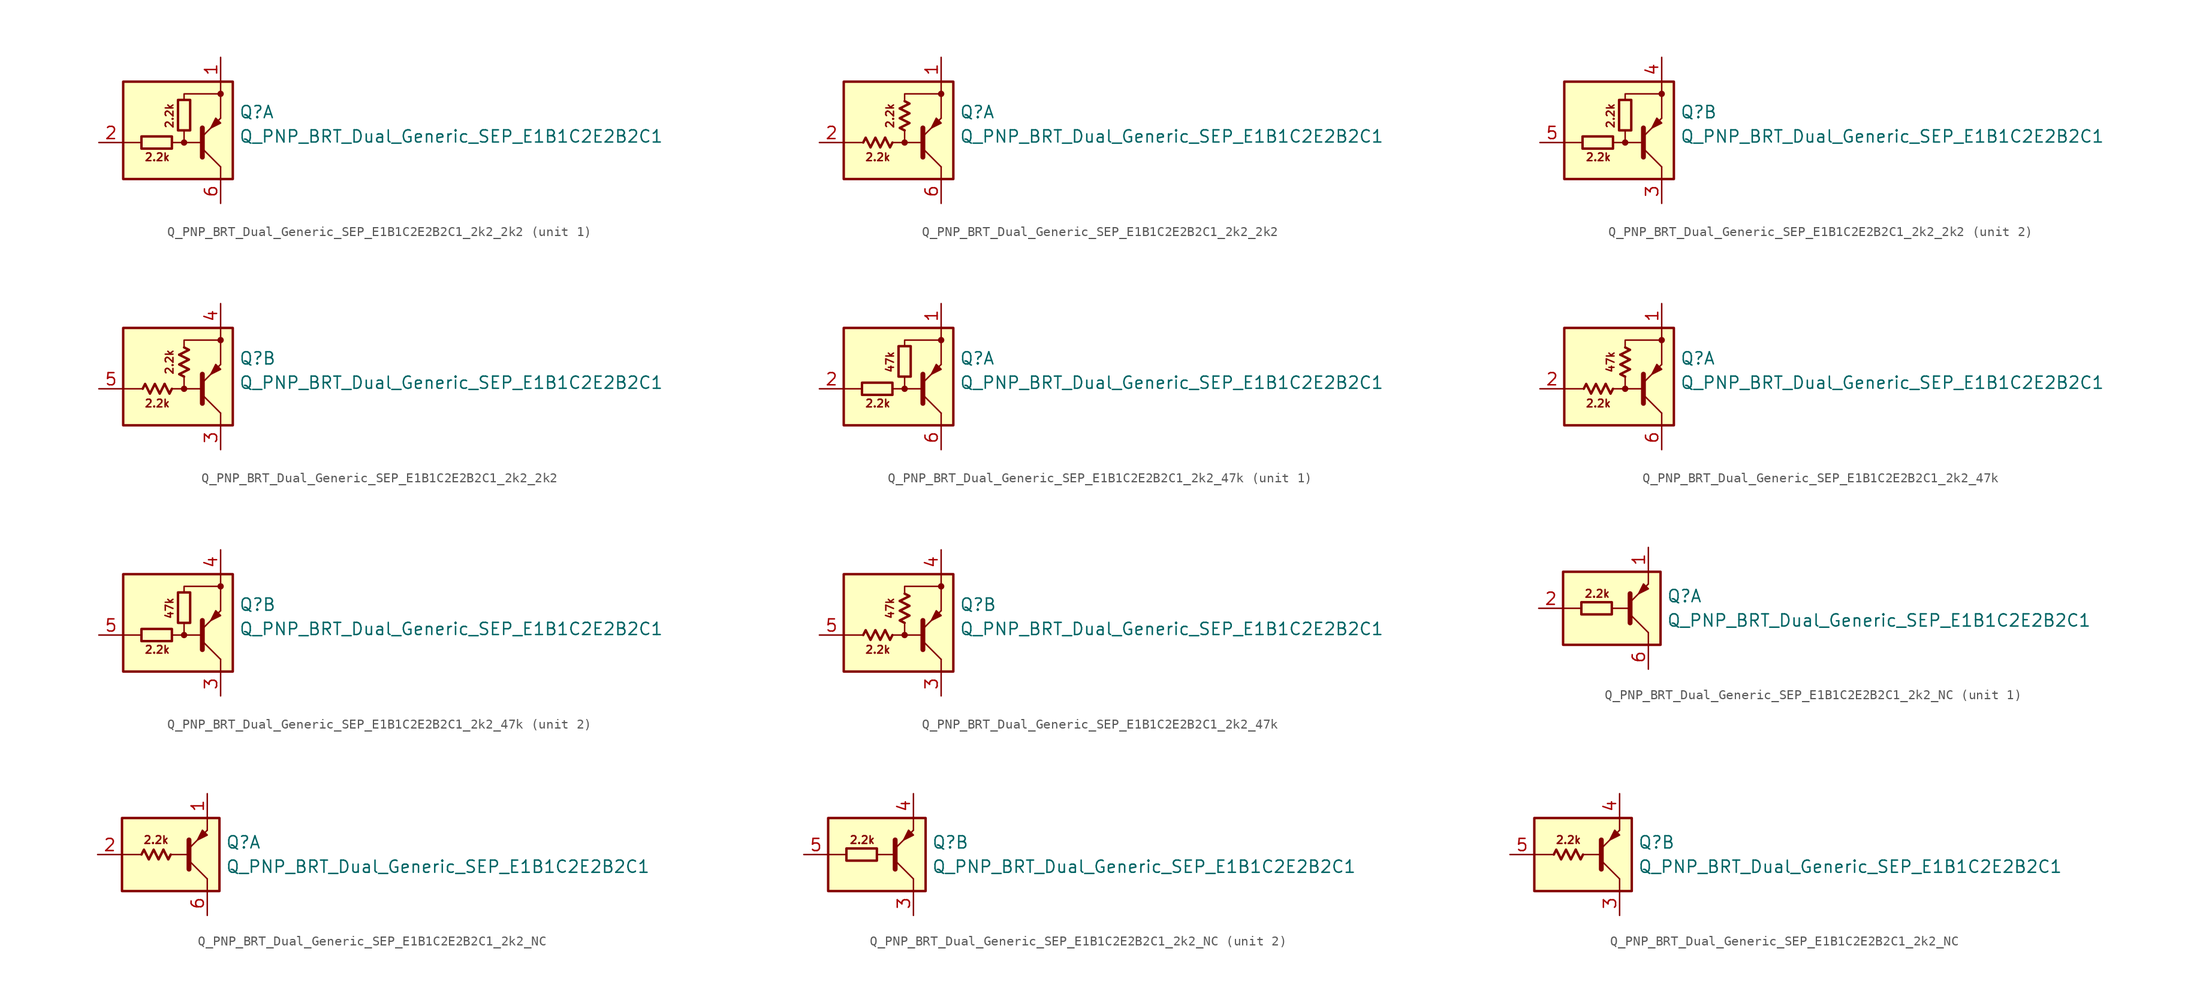
<source format=kicad_sym>
(kicad_symbol_lib
  (version 20220914)
  (generator kicad_symbol_editor)
  (symbol "Q_PNP_BRT_Dual_Generic_SEP_E1B1C2E2B2C1_2k2_2k2"
    (pin_names
      (offset 1.016) hide)
    (property "Reference" "Q"
      (at 5.715 1.905 0)
      (effects (font (size 1.27 1.27)) (justify left)))
    (property "Value" "Q_PNP_BRT_Dual_Generic_SEP_E1B1C2E2B2C1"
      (at 5.715 -0.635 0)
      (effects (font (size 1.27 1.27)) (justify left)))
    (property "ki_locked" ""
      (at 0 0 0)
      (effects (font (size 1.27 1.27))))
    (symbol "Q_PNP_BRT_Dual_Generic_SEP_E1B1C2E2B2C1_2k2_2k2_0_2"
      (polyline (pts (xy -2.032 -0.762) (xy -1.524 -1.778) (xy -1.27 -1.27)) (stroke (width 0.254) (type default)) (fill (type none)))
      (polyline (pts (xy -0.508 2.286) (xy 0.508 2.794) (xy 0 3.048)) (stroke (width 0.254) (type default)) (fill (type none)))
      (polyline (pts (xy -4.318 -1.27) (xy -4.064 -0.762) (xy -3.556 -1.778) (xy -3.048 -0.762) (xy -2.54 -1.778) (xy -2.032 -0.762)) (stroke (width 0.254) (type default)) (fill (type none)))
      (polyline (pts (xy 0 0) (xy -0.508 0.254) (xy 0.508 0.762) (xy -0.508 1.27) (xy 0.508 1.778) (xy -0.508 2.286)) (stroke (width 0.254) (type default)) (fill (type none))))
    (symbol "Q_PNP_BRT_Dual_Generic_SEP_E1B1C2E2B2C1_2k2_2k2_1_0"
      (rectangle (start -6.35 5.08) (end 5.08 -5.08) (stroke (width 0.254) (type default)) (fill (type background)))
      (circle (center 0 -1.27) (radius 0.254) (stroke (width 0) (type default)) (fill (type outline)))
      (polyline (pts (xy -4.445 -1.27) (xy -6.35 -1.27)) (stroke (width 0) (type default)) (fill (type none)))
      (polyline (pts (xy -0.254 -1.27) (xy 1.905 -1.27)) (stroke (width 0) (type default)) (fill (type none)))
      (polyline (pts (xy 1.905 -2.794) (xy 1.905 0.254)) (stroke (width 0.508) (type default)) (fill (type none)))
      (polyline (pts (xy 1.905 -1.905) (xy 3.81 -3.81)) (stroke (width 0) (type default)) (fill (type none)))
      (polyline (pts (xy 3.81 -3.81) (xy 3.81 -5.08)) (stroke (width 0) (type default)) (fill (type none)))
      (polyline (pts (xy 3.81 3.81) (xy 3.81 1.27)) (stroke (width 0) (type default)) (fill (type none)))
      (polyline (pts (xy 3.81 3.81) (xy 3.81 5.08)) (stroke (width 0) (type default)) (fill (type none)))
      (polyline (pts (xy -1.27 -1.27) (xy 0 -1.27) (xy 0 0)) (stroke (width 0) (type default)) (fill (type none)))
      (polyline (pts (xy 0 3.175) (xy 0 3.81) (xy 3.81 3.81)) (stroke (width 0) (type default)) (fill (type none)))
      (polyline (pts (xy 1.905 -0.635) (xy 3.81 1.27) (xy 3.81 1.27)) (stroke (width 0) (type default)) (fill (type none)))
      (polyline (pts (xy 3.81 0.762) (xy 3.302 1.27) (xy 2.794 0.254) (xy 3.81 0.762) (xy 3.81 0.762)) (stroke (width 0) (type default)) (fill (type outline)))
      (circle (center 3.81 3.81) (radius 0.254) (stroke (width 0) (type default)) (fill (type outline)))
      (text "2.2k" (at -2.794 -2.794 0) (effects (font (size 0.8 0.8))))
      (text "2.2k" (at -1.524 1.524 900) (effects (font (size 0.8 0.8)))))
    (symbol "Q_PNP_BRT_Dual_Generic_SEP_E1B1C2E2B2C1_2k2_2k2_1_1"
      (rectangle (start -1.27 -0.635) (end -4.445 -1.905) (stroke (width 0.254) (type default)) (fill (type none)))
      (rectangle (start 0.635 3.175) (end -0.635 0) (stroke (width 0.254) (type default)) (fill (type none)))
      (pin passive line (at 3.81 7.62 270) (length 2.54) (name "E1" (effects (font (size 1.27 1.27)))) (number "1" (effects (font (size 1.27 1.27)))))
      (pin input line (at -8.89 -1.27 0) (length 2.54) (name "B1" (effects (font (size 1.27 1.27)))) (number "2" (effects (font (size 1.27 1.27)))))
      (pin passive line (at 3.81 -7.62 90) (length 2.54) (name "C1" (effects (font (size 1.27 1.27)))) (number "6" (effects (font (size 1.27 1.27))))))
    (symbol "Q_PNP_BRT_Dual_Generic_SEP_E1B1C2E2B2C1_2k2_2k2_1_2"
      (pin passive line (at 3.81 7.62 270) (length 2.54) (name "E1" (effects (font (size 1.27 1.27)))) (number "1" (effects (font (size 1.27 1.27)))))
      (pin input line (at -8.89 -1.27 0) (length 2.54) (name "B1" (effects (font (size 1.27 1.27)))) (number "2" (effects (font (size 1.27 1.27)))))
      (pin passive line (at 3.81 -7.62 90) (length 2.54) (name "C1" (effects (font (size 1.27 1.27)))) (number "6" (effects (font (size 1.27 1.27))))))
    (symbol "Q_PNP_BRT_Dual_Generic_SEP_E1B1C2E2B2C1_2k2_2k2_2_0"
      (rectangle (start -6.35 5.08) (end 5.08 -5.08) (stroke (width 0.254) (type default)) (fill (type background)))
      (circle (center 0 -1.27) (radius 0.254) (stroke (width 0) (type default)) (fill (type outline)))
      (polyline (pts (xy -4.445 -1.27) (xy -6.35 -1.27)) (stroke (width 0) (type default)) (fill (type none)))
      (polyline (pts (xy -0.254 -1.27) (xy 1.905 -1.27)) (stroke (width 0) (type default)) (fill (type none)))
      (polyline (pts (xy 1.905 -2.794) (xy 1.905 0.254)) (stroke (width 0.508) (type default)) (fill (type none)))
      (polyline (pts (xy 1.905 -1.905) (xy 3.81 -3.81)) (stroke (width 0) (type default)) (fill (type none)))
      (polyline (pts (xy 3.81 -3.81) (xy 3.81 -5.08)) (stroke (width 0) (type default)) (fill (type none)))
      (polyline (pts (xy 3.81 3.81) (xy 3.81 1.27)) (stroke (width 0) (type default)) (fill (type none)))
      (polyline (pts (xy 3.81 3.81) (xy 3.81 5.08)) (stroke (width 0) (type default)) (fill (type none)))
      (polyline (pts (xy -1.27 -1.27) (xy 0 -1.27) (xy 0 0)) (stroke (width 0) (type default)) (fill (type none)))
      (polyline (pts (xy 0 3.175) (xy 0 3.81) (xy 3.81 3.81)) (stroke (width 0) (type default)) (fill (type none)))
      (polyline (pts (xy 1.905 -0.635) (xy 3.81 1.27) (xy 3.81 1.27)) (stroke (width 0) (type default)) (fill (type none)))
      (polyline (pts (xy 3.81 0.762) (xy 3.302 1.27) (xy 2.794 0.254) (xy 3.81 0.762) (xy 3.81 0.762)) (stroke (width 0) (type default)) (fill (type outline)))
      (circle (center 3.81 3.81) (radius 0.254) (stroke (width 0) (type default)) (fill (type outline)))
      (text "2.2k" (at -2.794 -2.794 0) (effects (font (size 0.8 0.8))))
      (text "2.2k" (at -1.524 1.524 900) (effects (font (size 0.8 0.8)))))
    (symbol "Q_PNP_BRT_Dual_Generic_SEP_E1B1C2E2B2C1_2k2_2k2_2_1"
      (rectangle (start -1.27 -0.635) (end -4.445 -1.905) (stroke (width 0.254) (type default)) (fill (type none)))
      (rectangle (start 0.635 3.175) (end -0.635 0) (stroke (width 0.254) (type default)) (fill (type none)))
      (pin passive line (at 3.81 -7.62 90) (length 2.54) (name "C2" (effects (font (size 1.27 1.27)))) (number "3" (effects (font (size 1.27 1.27)))))
      (pin passive line (at 3.81 7.62 270) (length 2.54) (name "E2" (effects (font (size 1.27 1.27)))) (number "4" (effects (font (size 1.27 1.27)))))
      (pin input line (at -8.89 -1.27 0) (length 2.54) (name "B2" (effects (font (size 1.27 1.27)))) (number "5" (effects (font (size 1.27 1.27))))))
    (symbol "Q_PNP_BRT_Dual_Generic_SEP_E1B1C2E2B2C1_2k2_2k2_2_2"
      (pin passive line (at 3.81 -7.62 90) (length 2.54) (name "C2" (effects (font (size 1.27 1.27)))) (number "3" (effects (font (size 1.27 1.27)))))
      (pin passive line (at 3.81 7.62 270) (length 2.54) (name "E2" (effects (font (size 1.27 1.27)))) (number "4" (effects (font (size 1.27 1.27)))))
      (pin input line (at -8.89 -1.27 0) (length 2.54) (name "B2" (effects (font (size 1.27 1.27)))) (number "5" (effects (font (size 1.27 1.27)))))))
  (symbol "Q_PNP_BRT_Dual_Generic_SEP_E1B1C2E2B2C1_2k2_47k"
    (pin_names
      (offset 1.016) hide)
    (property "Reference" "Q"
      (at 5.715 1.905 0)
      (effects (font (size 1.27 1.27)) (justify left)))
    (property "Value" "Q_PNP_BRT_Dual_Generic_SEP_E1B1C2E2B2C1"
      (at 5.715 -0.635 0)
      (effects (font (size 1.27 1.27)) (justify left)))
    (property "ki_locked" ""
      (at 0 0 0)
      (effects (font (size 1.27 1.27))))
    (symbol "Q_PNP_BRT_Dual_Generic_SEP_E1B1C2E2B2C1_2k2_47k_0_2"
      (polyline (pts (xy -2.032 -0.762) (xy -1.524 -1.778) (xy -1.27 -1.27)) (stroke (width 0.254) (type default)) (fill (type none)))
      (polyline (pts (xy -0.508 2.286) (xy 0.508 2.794) (xy 0 3.048)) (stroke (width 0.254) (type default)) (fill (type none)))
      (polyline (pts (xy -4.318 -1.27) (xy -4.064 -0.762) (xy -3.556 -1.778) (xy -3.048 -0.762) (xy -2.54 -1.778) (xy -2.032 -0.762)) (stroke (width 0.254) (type default)) (fill (type none)))
      (polyline (pts (xy 0 0) (xy -0.508 0.254) (xy 0.508 0.762) (xy -0.508 1.27) (xy 0.508 1.778) (xy -0.508 2.286)) (stroke (width 0.254) (type default)) (fill (type none))))
    (symbol "Q_PNP_BRT_Dual_Generic_SEP_E1B1C2E2B2C1_2k2_47k_1_0"
      (rectangle (start -6.35 5.08) (end 5.08 -5.08) (stroke (width 0.254) (type default)) (fill (type background)))
      (circle (center 0 -1.27) (radius 0.254) (stroke (width 0) (type default)) (fill (type outline)))
      (polyline (pts (xy -4.445 -1.27) (xy -6.35 -1.27)) (stroke (width 0) (type default)) (fill (type none)))
      (polyline (pts (xy -0.254 -1.27) (xy 1.905 -1.27)) (stroke (width 0) (type default)) (fill (type none)))
      (polyline (pts (xy 1.905 -2.794) (xy 1.905 0.254)) (stroke (width 0.508) (type default)) (fill (type none)))
      (polyline (pts (xy 1.905 -1.905) (xy 3.81 -3.81)) (stroke (width 0) (type default)) (fill (type none)))
      (polyline (pts (xy 3.81 -3.81) (xy 3.81 -5.08)) (stroke (width 0) (type default)) (fill (type none)))
      (polyline (pts (xy 3.81 3.81) (xy 3.81 1.27)) (stroke (width 0) (type default)) (fill (type none)))
      (polyline (pts (xy 3.81 3.81) (xy 3.81 5.08)) (stroke (width 0) (type default)) (fill (type none)))
      (polyline (pts (xy -1.27 -1.27) (xy 0 -1.27) (xy 0 0)) (stroke (width 0) (type default)) (fill (type none)))
      (polyline (pts (xy 0 3.175) (xy 0 3.81) (xy 3.81 3.81)) (stroke (width 0) (type default)) (fill (type none)))
      (polyline (pts (xy 1.905 -0.635) (xy 3.81 1.27) (xy 3.81 1.27)) (stroke (width 0) (type default)) (fill (type none)))
      (polyline (pts (xy 3.81 0.762) (xy 3.302 1.27) (xy 2.794 0.254) (xy 3.81 0.762) (xy 3.81 0.762)) (stroke (width 0) (type default)) (fill (type outline)))
      (circle (center 3.81 3.81) (radius 0.254) (stroke (width 0) (type default)) (fill (type outline)))
      (text "2.2k" (at -2.794 -2.794 0) (effects (font (size 0.8 0.8))))
      (text "47k" (at -1.524 1.524 900) (effects (font (size 0.8 0.8)))))
    (symbol "Q_PNP_BRT_Dual_Generic_SEP_E1B1C2E2B2C1_2k2_47k_1_1"
      (rectangle (start -1.27 -0.635) (end -4.445 -1.905) (stroke (width 0.254) (type default)) (fill (type none)))
      (rectangle (start 0.635 3.175) (end -0.635 0) (stroke (width 0.254) (type default)) (fill (type none)))
      (pin passive line (at 3.81 7.62 270) (length 2.54) (name "E1" (effects (font (size 1.27 1.27)))) (number "1" (effects (font (size 1.27 1.27)))))
      (pin input line (at -8.89 -1.27 0) (length 2.54) (name "B1" (effects (font (size 1.27 1.27)))) (number "2" (effects (font (size 1.27 1.27)))))
      (pin passive line (at 3.81 -7.62 90) (length 2.54) (name "C1" (effects (font (size 1.27 1.27)))) (number "6" (effects (font (size 1.27 1.27))))))
    (symbol "Q_PNP_BRT_Dual_Generic_SEP_E1B1C2E2B2C1_2k2_47k_1_2"
      (pin passive line (at 3.81 7.62 270) (length 2.54) (name "E1" (effects (font (size 1.27 1.27)))) (number "1" (effects (font (size 1.27 1.27)))))
      (pin input line (at -8.89 -1.27 0) (length 2.54) (name "B1" (effects (font (size 1.27 1.27)))) (number "2" (effects (font (size 1.27 1.27)))))
      (pin passive line (at 3.81 -7.62 90) (length 2.54) (name "C1" (effects (font (size 1.27 1.27)))) (number "6" (effects (font (size 1.27 1.27))))))
    (symbol "Q_PNP_BRT_Dual_Generic_SEP_E1B1C2E2B2C1_2k2_47k_2_0"
      (rectangle (start -6.35 5.08) (end 5.08 -5.08) (stroke (width 0.254) (type default)) (fill (type background)))
      (circle (center 0 -1.27) (radius 0.254) (stroke (width 0) (type default)) (fill (type outline)))
      (polyline (pts (xy -4.445 -1.27) (xy -6.35 -1.27)) (stroke (width 0) (type default)) (fill (type none)))
      (polyline (pts (xy -0.254 -1.27) (xy 1.905 -1.27)) (stroke (width 0) (type default)) (fill (type none)))
      (polyline (pts (xy 1.905 -2.794) (xy 1.905 0.254)) (stroke (width 0.508) (type default)) (fill (type none)))
      (polyline (pts (xy 1.905 -1.905) (xy 3.81 -3.81)) (stroke (width 0) (type default)) (fill (type none)))
      (polyline (pts (xy 3.81 -3.81) (xy 3.81 -5.08)) (stroke (width 0) (type default)) (fill (type none)))
      (polyline (pts (xy 3.81 3.81) (xy 3.81 1.27)) (stroke (width 0) (type default)) (fill (type none)))
      (polyline (pts (xy 3.81 3.81) (xy 3.81 5.08)) (stroke (width 0) (type default)) (fill (type none)))
      (polyline (pts (xy -1.27 -1.27) (xy 0 -1.27) (xy 0 0)) (stroke (width 0) (type default)) (fill (type none)))
      (polyline (pts (xy 0 3.175) (xy 0 3.81) (xy 3.81 3.81)) (stroke (width 0) (type default)) (fill (type none)))
      (polyline (pts (xy 1.905 -0.635) (xy 3.81 1.27) (xy 3.81 1.27)) (stroke (width 0) (type default)) (fill (type none)))
      (polyline (pts (xy 3.81 0.762) (xy 3.302 1.27) (xy 2.794 0.254) (xy 3.81 0.762) (xy 3.81 0.762)) (stroke (width 0) (type default)) (fill (type outline)))
      (circle (center 3.81 3.81) (radius 0.254) (stroke (width 0) (type default)) (fill (type outline)))
      (text "2.2k" (at -2.794 -2.794 0) (effects (font (size 0.8 0.8))))
      (text "47k" (at -1.524 1.524 900) (effects (font (size 0.8 0.8)))))
    (symbol "Q_PNP_BRT_Dual_Generic_SEP_E1B1C2E2B2C1_2k2_47k_2_1"
      (rectangle (start -4.445 -0.635) (end -1.27 -1.905) (stroke (width 0.254) (type default)) (fill (type none)))
      (rectangle (start 0.635 3.175) (end -0.635 0) (stroke (width 0.254) (type default)) (fill (type none)))
      (pin passive line (at 3.81 -7.62 90) (length 2.54) (name "C2" (effects (font (size 1.27 1.27)))) (number "3" (effects (font (size 1.27 1.27)))))
      (pin passive line (at 3.81 7.62 270) (length 2.54) (name "E2" (effects (font (size 1.27 1.27)))) (number "4" (effects (font (size 1.27 1.27)))))
      (pin input line (at -8.89 -1.27 0) (length 2.54) (name "B2" (effects (font (size 1.27 1.27)))) (number "5" (effects (font (size 1.27 1.27))))))
    (symbol "Q_PNP_BRT_Dual_Generic_SEP_E1B1C2E2B2C1_2k2_47k_2_2"
      (pin passive line (at 3.81 -7.62 90) (length 2.54) (name "C2" (effects (font (size 1.27 1.27)))) (number "3" (effects (font (size 1.27 1.27)))))
      (pin passive line (at 3.81 7.62 270) (length 2.54) (name "E2" (effects (font (size 1.27 1.27)))) (number "4" (effects (font (size 1.27 1.27)))))
      (pin input line (at -8.89 -1.27 0) (length 2.54) (name "B2" (effects (font (size 1.27 1.27)))) (number "5" (effects (font (size 1.27 1.27)))))))
  (symbol "Q_PNP_BRT_Dual_Generic_SEP_E1B1C2E2B2C1_2k2_NC"
    (pin_names
      (offset 1.016) hide)
    (property "Reference" "Q"
      (at 5.715 1.27 0)
      (effects (font (size 1.27 1.27)) (justify left)))
    (property "Value" "Q_PNP_BRT_Dual_Generic_SEP_E1B1C2E2B2C1"
      (at 5.715 -1.27 0)
      (effects (font (size 1.27 1.27)) (justify left)))
    (property "ki_locked" ""
      (at 0 0 0)
      (effects (font (size 1.27 1.27))))
    (symbol "Q_PNP_BRT_Dual_Generic_SEP_E1B1C2E2B2C1_2k2_NC_0_2"
      (polyline (pts (xy -0.762 0.508) (xy -0.254 -0.508) (xy 0 0)) (stroke (width 0.254) (type default)) (fill (type none)))
      (polyline (pts (xy -3.048 0) (xy -2.794 0.508) (xy -2.286 -0.508) (xy -1.778 0.508) (xy -1.27 -0.508) (xy -0.762 0.508)) (stroke (width 0.254) (type default)) (fill (type none))))
    (symbol "Q_PNP_BRT_Dual_Generic_SEP_E1B1C2E2B2C1_2k2_NC_1_0"
      (rectangle (start -5.08 3.81) (end 5.08 -3.81) (stroke (width 0.254) (type default)) (fill (type background)))
      (polyline (pts (xy -3.175 0) (xy -5.08 0)) (stroke (width 0) (type default)) (fill (type none)))
      (polyline (pts (xy 0 0) (xy 1.905 0)) (stroke (width 0) (type default)) (fill (type none)))
      (polyline (pts (xy 1.905 -1.524) (xy 1.905 1.524)) (stroke (width 0.508) (type default)) (fill (type none)))
      (polyline (pts (xy 1.905 -0.635) (xy 3.81 -2.54)) (stroke (width 0) (type default)) (fill (type none)))
      (polyline (pts (xy 3.81 -2.54) (xy 3.81 -3.81)) (stroke (width 0) (type default)) (fill (type none)))
      (polyline (pts (xy 3.81 2.54) (xy 3.81 3.81)) (stroke (width 0) (type default)) (fill (type none)))
      (polyline (pts (xy 1.905 0.635) (xy 3.81 2.54) (xy 3.81 2.54)) (stroke (width 0) (type default)) (fill (type none)))
      (polyline (pts (xy 3.81 2.032) (xy 3.302 2.54) (xy 2.794 1.524) (xy 3.81 2.032) (xy 3.81 2.032)) (stroke (width 0) (type default)) (fill (type outline)))
      (text "2.2k" (at -1.524 1.524 0) (effects (font (size 0.8 0.8)))))
    (symbol "Q_PNP_BRT_Dual_Generic_SEP_E1B1C2E2B2C1_2k2_NC_1_1"
      (rectangle (start 0 0.635) (end -3.175 -0.635) (stroke (width 0.254) (type default)) (fill (type none)))
      (pin passive line (at 3.81 6.35 270) (length 2.54) (name "E1" (effects (font (size 1.27 1.27)))) (number "1" (effects (font (size 1.27 1.27)))))
      (pin input line (at -7.62 0 0) (length 2.54) (name "B1" (effects (font (size 1.27 1.27)))) (number "2" (effects (font (size 1.27 1.27)))))
      (pin passive line (at 3.81 -6.35 90) (length 2.54) (name "C1" (effects (font (size 1.27 1.27)))) (number "6" (effects (font (size 1.27 1.27))))))
    (symbol "Q_PNP_BRT_Dual_Generic_SEP_E1B1C2E2B2C1_2k2_NC_1_2"
      (pin passive line (at 3.81 6.35 270) (length 2.54) (name "E1" (effects (font (size 1.27 1.27)))) (number "1" (effects (font (size 1.27 1.27)))))
      (pin input line (at -7.62 0 0) (length 2.54) (name "B1" (effects (font (size 1.27 1.27)))) (number "2" (effects (font (size 1.27 1.27)))))
      (pin passive line (at 3.81 -6.35 90) (length 2.54) (name "C1" (effects (font (size 1.27 1.27)))) (number "6" (effects (font (size 1.27 1.27))))))
    (symbol "Q_PNP_BRT_Dual_Generic_SEP_E1B1C2E2B2C1_2k2_NC_2_0"
      (rectangle (start -5.08 3.81) (end 5.08 -3.81) (stroke (width 0.254) (type default)) (fill (type background)))
      (polyline (pts (xy -3.175 0) (xy -5.08 0)) (stroke (width 0) (type default)) (fill (type none)))
      (polyline (pts (xy 0 0) (xy 1.905 0)) (stroke (width 0) (type default)) (fill (type none)))
      (polyline (pts (xy 1.905 -1.524) (xy 1.905 1.524)) (stroke (width 0.508) (type default)) (fill (type none)))
      (polyline (pts (xy 1.905 -0.635) (xy 3.81 -2.54)) (stroke (width 0) (type default)) (fill (type none)))
      (polyline (pts (xy 3.81 -2.54) (xy 3.81 -3.81)) (stroke (width 0) (type default)) (fill (type none)))
      (polyline (pts (xy 3.81 2.54) (xy 3.81 3.81)) (stroke (width 0) (type default)) (fill (type none)))
      (polyline (pts (xy 1.905 0.635) (xy 3.81 2.54) (xy 3.81 2.54)) (stroke (width 0) (type default)) (fill (type none)))
      (polyline (pts (xy 3.81 2.032) (xy 3.302 2.54) (xy 2.794 1.524) (xy 3.81 2.032) (xy 3.81 2.032)) (stroke (width 0) (type default)) (fill (type outline)))
      (text "2.2k" (at -1.524 1.524 0) (effects (font (size 0.8 0.8)))))
    (symbol "Q_PNP_BRT_Dual_Generic_SEP_E1B1C2E2B2C1_2k2_NC_2_1"
      (rectangle (start 0 0.635) (end -3.175 -0.635) (stroke (width 0.254) (type default)) (fill (type none)))
      (pin passive line (at 3.81 -6.35 90) (length 2.54) (name "C2" (effects (font (size 1.27 1.27)))) (number "3" (effects (font (size 1.27 1.27)))))
      (pin passive line (at 3.81 6.35 270) (length 2.54) (name "E2" (effects (font (size 1.27 1.27)))) (number "4" (effects (font (size 1.27 1.27)))))
      (pin input line (at -7.62 0 0) (length 2.54) (name "B2" (effects (font (size 1.27 1.27)))) (number "5" (effects (font (size 1.27 1.27))))))
    (symbol "Q_PNP_BRT_Dual_Generic_SEP_E1B1C2E2B2C1_2k2_NC_2_2"
      (pin passive line (at 3.81 -6.35 90) (length 2.54) (name "C2" (effects (font (size 1.27 1.27)))) (number "3" (effects (font (size 1.27 1.27)))))
      (pin passive line (at 3.81 6.35 270) (length 2.54) (name "E2" (effects (font (size 1.27 1.27)))) (number "4" (effects (font (size 1.27 1.27)))))
      (pin input line (at -7.62 0 0) (length 2.54) (name "B2" (effects (font (size 1.27 1.27)))) (number "5" (effects (font (size 1.27 1.27))))))))
</source>
